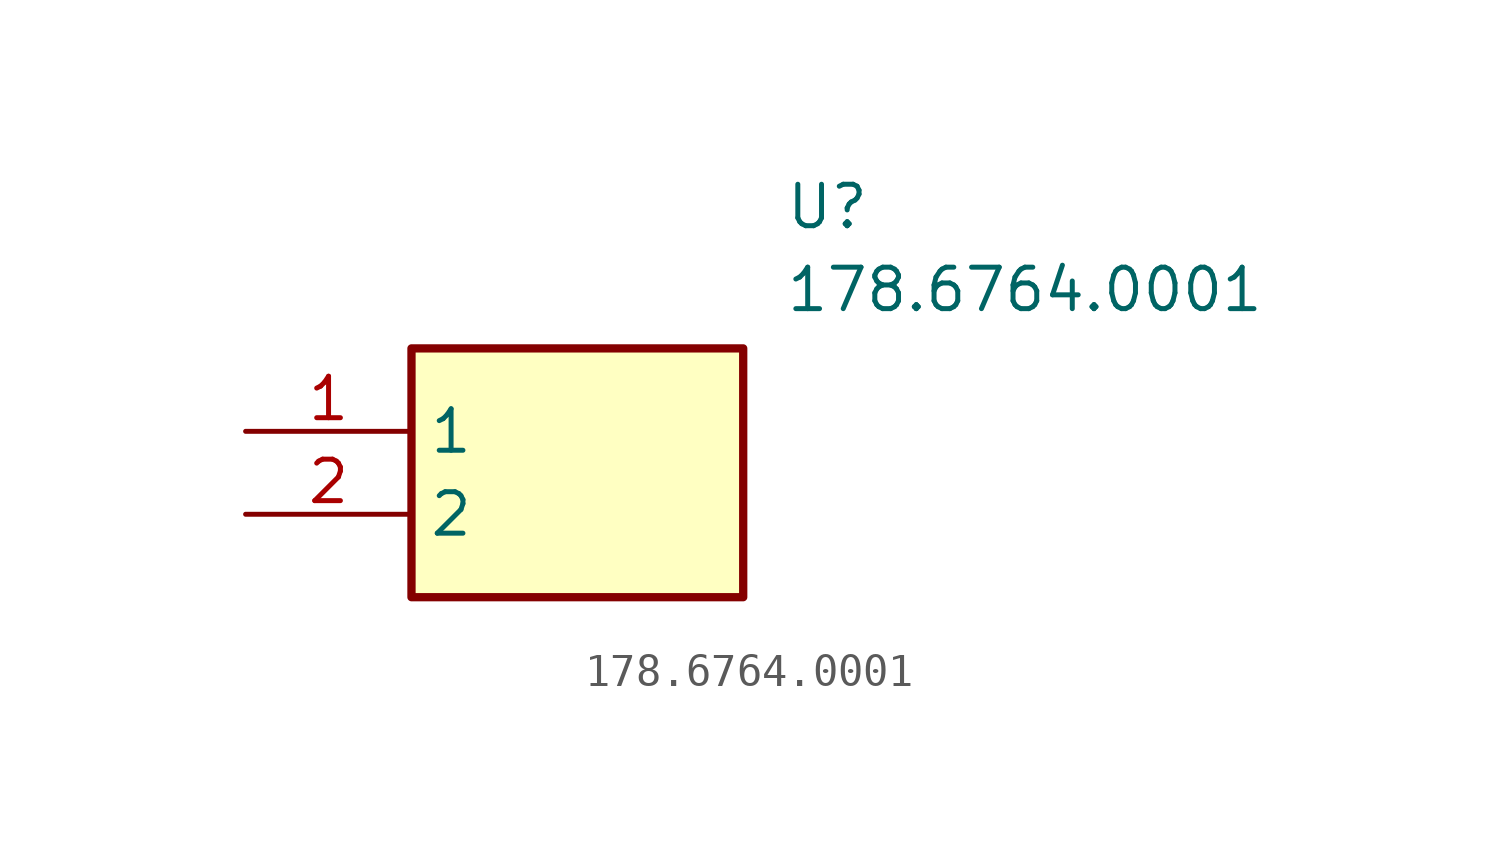
<source format=kicad_sym>
(kicad_symbol_lib
  (version 20211014)
  (generator SamacSys_ECAD_Model)
  (symbol "178.6764.0001"
    (property "Reference" "U"
      (at 16.51 7.62 0)
      (effects (font (size 1.27 1.27)) (justify left top)))
    (property "Value" "178.6764.0001"
      (at 16.51 5.08 0)
      (effects (font (size 1.27 1.27)) (justify left top)))
    (rectangle
      (start 5.08 2.54)
      (end 15.24 -5.08)
      (stroke (width 0.254) (type default))
      (fill (type background)))
    (pin passive line
      (at 0 0 0)
      (length 5.08)
      (name "1" (effects (font (size 1.27 1.27))))
      (number "1" (effects (font (size 1.27 1.27)))))
    (pin passive line
      (at 0 -2.54 0)
      (length 5.08)
      (name "2" (effects (font (size 1.27 1.27))))
      (number "2" (effects (font (size 1.27 1.27)))))))
</source>
